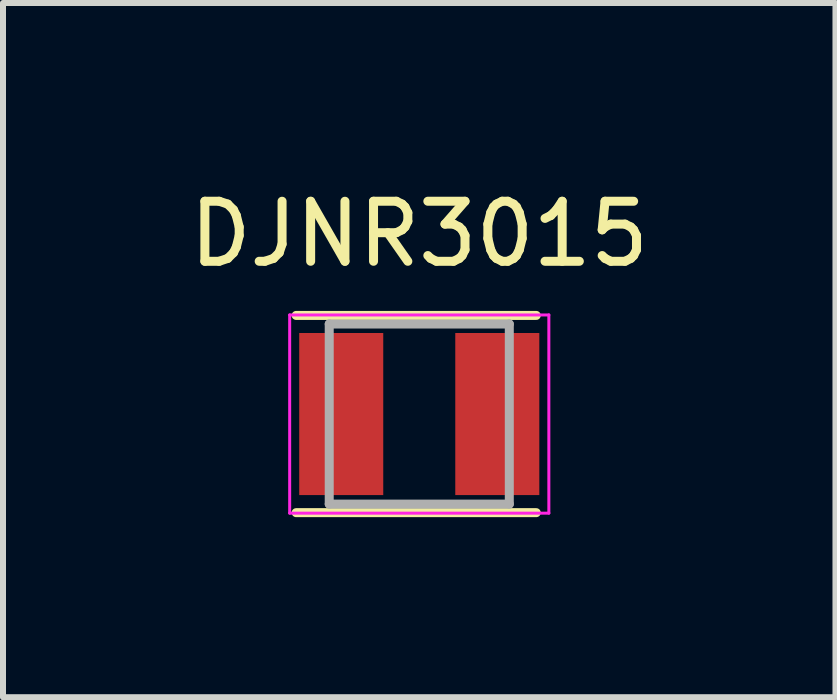
<source format=kicad_pcb>
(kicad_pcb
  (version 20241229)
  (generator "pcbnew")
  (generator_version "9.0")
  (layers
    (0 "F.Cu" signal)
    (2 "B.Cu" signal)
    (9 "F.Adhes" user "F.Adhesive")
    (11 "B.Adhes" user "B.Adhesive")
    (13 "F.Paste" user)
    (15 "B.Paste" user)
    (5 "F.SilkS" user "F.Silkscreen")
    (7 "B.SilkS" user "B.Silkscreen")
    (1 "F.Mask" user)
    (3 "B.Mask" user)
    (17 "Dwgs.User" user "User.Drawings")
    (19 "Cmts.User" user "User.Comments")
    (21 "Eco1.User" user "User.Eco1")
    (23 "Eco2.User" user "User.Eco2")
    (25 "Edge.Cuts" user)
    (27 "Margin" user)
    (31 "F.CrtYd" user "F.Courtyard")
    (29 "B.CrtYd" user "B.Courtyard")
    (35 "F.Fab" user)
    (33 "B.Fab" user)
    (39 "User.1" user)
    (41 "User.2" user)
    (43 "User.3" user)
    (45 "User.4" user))
  (footprint "DJNR3015"
    (layer "F.Cu")
    (at 3.935 3.848)
    (property "Reference" "DJNR3015" (at 0 -3 0) (layer "F.SilkS") (effects (font (size 1 1) (thickness 0.15))))
    (attr smd)
    (fp_line (start -2.051 -1.643) (end 1.949 -1.643) (stroke (width 0.15) (type solid)) (layer "F.SilkS"))
    (fp_line (start -2.051 1.643) (end 1.949 1.643) (stroke (width 0.15) (type solid)) (layer "F.SilkS"))
    (fp_line (start -2.159 -1.651) (end 2.159 -1.651) (stroke (width 0.05) (type solid)) (layer "F.CrtYd"))
    (fp_line (start -2.159 1.651) (end -2.159 -1.651) (stroke (width 0.05) (type solid)) (layer "F.CrtYd"))
    (fp_line (start 2.159 -1.651) (end 2.159 1.651) (stroke (width 0.05) (type solid)) (layer "F.CrtYd"))
    (fp_line (start 2.159 1.651) (end -2.159 1.651) (stroke (width 0.05) (type solid)) (layer "F.CrtYd"))
    (fp_line (start -1.5 -1.5) (end 1.5 -1.5) (stroke (width 0.15) (type solid)) (layer "F.Fab"))
    (fp_line (start -1.5 1.5) (end -1.5 -1.5) (stroke (width 0.15) (type solid)) (layer "F.Fab"))
    (fp_line (start -1.5 1.5) (end 1.5 1.5) (stroke (width 0.15) (type solid)) (layer "F.Fab"))
    (fp_line (start 1.5 1.5) (end 1.5 -1.5) (stroke (width 0.15) (type solid)) (layer "F.Fab"))
    (pad "1" smd rect (at -1.3 0) (size 1.4 2.7) (layers "F.Cu" "F.Mask" "F.Paste"))
    (pad "2" smd rect (at 1.3 0) (size 1.4 2.7) (layers "F.Cu" "F.Mask" "F.Paste")))
  (gr_rect
    (start -3 -3)
    (end 10.869 8.566)
    (stroke (width 0.1) (type default))
    (fill no)
    (layer "Edge.Cuts")))
</source>
